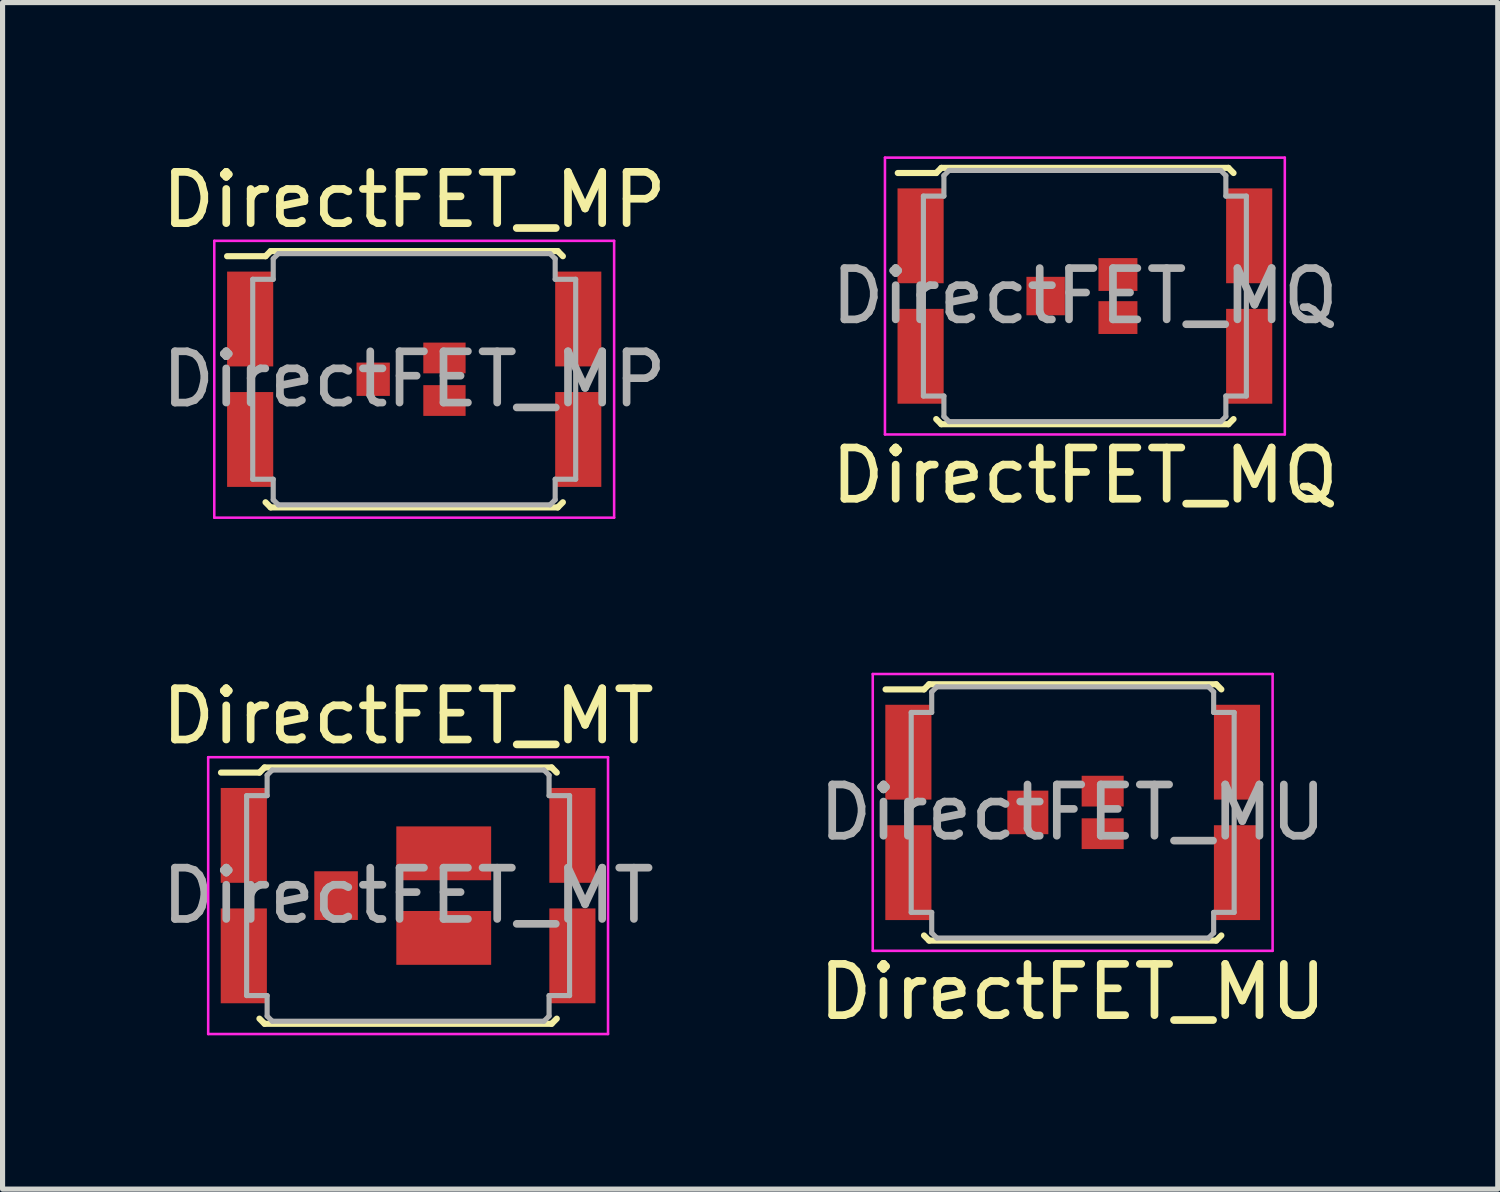
<source format=kicad_pcb>
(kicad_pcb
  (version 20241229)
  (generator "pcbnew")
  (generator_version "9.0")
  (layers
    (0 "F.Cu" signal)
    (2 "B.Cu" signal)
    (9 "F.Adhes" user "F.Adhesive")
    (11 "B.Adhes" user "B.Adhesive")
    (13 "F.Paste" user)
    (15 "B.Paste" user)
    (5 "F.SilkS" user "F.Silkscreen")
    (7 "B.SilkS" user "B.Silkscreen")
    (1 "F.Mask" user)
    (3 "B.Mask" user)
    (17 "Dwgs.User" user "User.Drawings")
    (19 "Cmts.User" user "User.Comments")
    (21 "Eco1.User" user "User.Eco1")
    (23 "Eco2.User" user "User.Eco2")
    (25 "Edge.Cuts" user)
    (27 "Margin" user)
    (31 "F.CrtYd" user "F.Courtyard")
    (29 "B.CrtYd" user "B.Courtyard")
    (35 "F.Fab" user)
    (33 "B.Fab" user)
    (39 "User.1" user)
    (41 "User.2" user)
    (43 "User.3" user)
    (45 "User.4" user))
  (footprint "DirectFET_MP"
    (layer "F.Cu")
    (at 5.03 4.348)
    (property "Reference" "DirectFET_MP" (at 0 -3.5 0) (layer "F.SilkS") (effects (font (size 1 1) (thickness 0.15))))
    (attr smd)
    (fp_line (start -3.65 -2.4) (end -2.9 -2.4) (stroke (width 0.12) (type solid)) (layer "F.SilkS"))
    (fp_line (start -2.9 -2.4) (end -2.8 -2.5) (stroke (width 0.12) (type solid)) (layer "F.SilkS"))
    (fp_line (start -2.8 -2.5) (end 2.8 -2.5) (stroke (width 0.12) (type solid)) (layer "F.SilkS"))
    (fp_line (start -2.8 2.5) (end -2.9 2.4) (stroke (width 0.12) (type solid)) (layer "F.SilkS"))
    (fp_line (start 2.8 -2.5) (end 2.9 -2.4) (stroke (width 0.12) (type solid)) (layer "F.SilkS"))
    (fp_line (start 2.8 2.5) (end -2.8 2.5) (stroke (width 0.12) (type solid)) (layer "F.SilkS"))
    (fp_line (start 2.9 2.4) (end 2.8 2.5) (stroke (width 0.12) (type solid)) (layer "F.SilkS"))
    (fp_line (start -3.9 -2.7) (end -3.9 2.7) (stroke (width 0.05) (type solid)) (layer "F.CrtYd"))
    (fp_line (start -3.9 2.7) (end 3.9 2.7) (stroke (width 0.05) (type solid)) (layer "F.CrtYd"))
    (fp_line (start 3.9 -2.7) (end -3.9 -2.7) (stroke (width 0.05) (type solid)) (layer "F.CrtYd"))
    (fp_line (start 3.9 2.7) (end 3.9 -2.7) (stroke (width 0.05) (type solid)) (layer "F.CrtYd"))
    (fp_line (start -3.15 -1.95) (end -2.75 -1.95) (stroke (width 0.1) (type solid)) (layer "F.Fab"))
    (fp_line (start -3.15 1.95) (end -3.15 -1.95) (stroke (width 0.1) (type solid)) (layer "F.Fab"))
    (fp_line (start -3.15 1.95) (end -2.75 1.95) (stroke (width 0.1) (type solid)) (layer "F.Fab"))
    (fp_line (start -2.75 -2.35) (end -2.65 -2.45) (stroke (width 0.1) (type solid)) (layer "F.Fab"))
    (fp_line (start -2.75 -1.95) (end -2.75 -2.35) (stroke (width 0.1) (type solid)) (layer "F.Fab"))
    (fp_line (start -2.75 1.95) (end -2.75 2.35) (stroke (width 0.1) (type solid)) (layer "F.Fab"))
    (fp_line (start -2.75 2.35) (end -2.65 2.45) (stroke (width 0.1) (type solid)) (layer "F.Fab"))
    (fp_line (start -2.65 2.45) (end 2.65 2.45) (stroke (width 0.1) (type solid)) (layer "F.Fab"))
    (fp_line (start 2.65 -2.45) (end -2.65 -2.45) (stroke (width 0.1) (type solid)) (layer "F.Fab"))
    (fp_line (start 2.65 -2.45) (end 2.75 -2.35) (stroke (width 0.1) (type solid)) (layer "F.Fab"))
    (fp_line (start 2.75 -2.35) (end 2.75 -1.95) (stroke (width 0.1) (type solid)) (layer "F.Fab"))
    (fp_line (start 2.75 -1.95) (end 3.15 -1.95) (stroke (width 0.1) (type solid)) (layer "F.Fab"))
    (fp_line (start 2.75 1.95) (end 2.75 2.35) (stroke (width 0.1) (type solid)) (layer "F.Fab"))
    (fp_line (start 2.75 2.35) (end 2.65 2.45) (stroke (width 0.1) (type solid)) (layer "F.Fab"))
    (fp_line (start 3.15 -1.95) (end 3.15 1.95) (stroke (width 0.1) (type solid)) (layer "F.Fab"))
    (fp_line (start 3.15 1.95) (end 2.75 1.95) (stroke (width 0.1) (type solid)) (layer "F.Fab"))
    (fp_text user "${REFERENCE}" (at 0 0 0) (layer "F.Fab") (effects (font (size 1 1) (thickness 0.15))))
    (pad "1" smd rect (at -3.2 -1.175) (size 0.9 1.85) (layers "F.Cu" "F.Mask" "F.Paste"))
    (pad "1" smd rect (at -3.2 1.175) (size 0.9 1.85) (layers "F.Cu" "F.Mask" "F.Paste"))
    (pad "1" smd rect (at 3.2 -1.175) (size 0.9 1.85) (layers "F.Cu" "F.Mask" "F.Paste"))
    (pad "1" smd rect (at 3.2 1.175) (size 0.9 1.85) (layers "F.Cu" "F.Mask" "F.Paste"))
    (pad "2" smd rect (at -0.8 0) (size 0.65 0.65) (layers "F.Cu" "F.Mask" "F.Paste"))
    (pad "3" smd rect (at 0.59 -0.415) (size 0.825 0.6) (layers "F.Cu" "F.Mask" "F.Paste"))
    (pad "3" smd rect (at 0.59 0.415) (size 0.825 0.6) (layers "F.Cu" "F.Mask" "F.Paste")))
  (footprint "DirectFET_MT"
    (layer "F.Cu")
    (at 4.911 14.421)
    (property "Reference" "DirectFET_MT" (at 0 -3.5 0) (layer "F.SilkS") (effects (font (size 1 1) (thickness 0.15))))
    (attr smd)
    (fp_line (start -3.65 -2.4) (end -2.9 -2.4) (stroke (width 0.12) (type solid)) (layer "F.SilkS"))
    (fp_line (start -2.9 -2.4) (end -2.8 -2.5) (stroke (width 0.12) (type solid)) (layer "F.SilkS"))
    (fp_line (start -2.8 -2.5) (end 2.8 -2.5) (stroke (width 0.12) (type solid)) (layer "F.SilkS"))
    (fp_line (start -2.8 2.5) (end -2.9 2.4) (stroke (width 0.12) (type solid)) (layer "F.SilkS"))
    (fp_line (start 2.8 -2.5) (end 2.9 -2.4) (stroke (width 0.12) (type solid)) (layer "F.SilkS"))
    (fp_line (start 2.8 2.5) (end -2.8 2.5) (stroke (width 0.12) (type solid)) (layer "F.SilkS"))
    (fp_line (start 2.9 2.4) (end 2.8 2.5) (stroke (width 0.12) (type solid)) (layer "F.SilkS"))
    (fp_line (start -3.9 -2.7) (end -3.9 2.7) (stroke (width 0.05) (type solid)) (layer "F.CrtYd"))
    (fp_line (start -3.9 2.7) (end 3.9 2.7) (stroke (width 0.05) (type solid)) (layer "F.CrtYd"))
    (fp_line (start 3.9 -2.7) (end -3.9 -2.7) (stroke (width 0.05) (type solid)) (layer "F.CrtYd"))
    (fp_line (start 3.9 2.7) (end 3.9 -2.7) (stroke (width 0.05) (type solid)) (layer "F.CrtYd"))
    (fp_line (start -3.15 -1.95) (end -2.75 -1.95) (stroke (width 0.1) (type solid)) (layer "F.Fab"))
    (fp_line (start -3.15 1.95) (end -3.15 -1.95) (stroke (width 0.1) (type solid)) (layer "F.Fab"))
    (fp_line (start -3.15 1.95) (end -2.75 1.95) (stroke (width 0.1) (type solid)) (layer "F.Fab"))
    (fp_line (start -2.75 -2.35) (end -2.65 -2.45) (stroke (width 0.1) (type solid)) (layer "F.Fab"))
    (fp_line (start -2.75 -1.95) (end -2.75 -2.35) (stroke (width 0.1) (type solid)) (layer "F.Fab"))
    (fp_line (start -2.75 1.95) (end -2.75 2.35) (stroke (width 0.1) (type solid)) (layer "F.Fab"))
    (fp_line (start -2.75 2.35) (end -2.65 2.45) (stroke (width 0.1) (type solid)) (layer "F.Fab"))
    (fp_line (start -2.65 2.45) (end 2.65 2.45) (stroke (width 0.1) (type solid)) (layer "F.Fab"))
    (fp_line (start 2.65 -2.45) (end -2.65 -2.45) (stroke (width 0.1) (type solid)) (layer "F.Fab"))
    (fp_line (start 2.65 -2.45) (end 2.75 -2.35) (stroke (width 0.1) (type solid)) (layer "F.Fab"))
    (fp_line (start 2.75 -2.35) (end 2.75 -1.95) (stroke (width 0.1) (type solid)) (layer "F.Fab"))
    (fp_line (start 2.75 -1.95) (end 3.15 -1.95) (stroke (width 0.1) (type solid)) (layer "F.Fab"))
    (fp_line (start 2.75 1.95) (end 2.75 2.35) (stroke (width 0.1) (type solid)) (layer "F.Fab"))
    (fp_line (start 2.75 2.35) (end 2.65 2.45) (stroke (width 0.1) (type solid)) (layer "F.Fab"))
    (fp_line (start 3.15 -1.95) (end 3.15 1.95) (stroke (width 0.1) (type solid)) (layer "F.Fab"))
    (fp_line (start 3.15 1.95) (end 2.75 1.95) (stroke (width 0.1) (type solid)) (layer "F.Fab"))
    (fp_text user "${REFERENCE}" (at 0 0 0) (layer "F.Fab") (effects (font (size 1 1) (thickness 0.15))))
    (pad "1" smd rect (at -3.205 -1.175) (size 0.9 1.85) (layers "F.Cu" "F.Mask" "F.Paste"))
    (pad "1" smd rect (at -3.205 1.175) (size 0.9 1.85) (layers "F.Cu" "F.Mask" "F.Paste"))
    (pad "1" smd rect (at 3.205 -1.175) (size 0.9 1.85) (layers "F.Cu" "F.Mask" "F.Paste"))
    (pad "1" smd rect (at 3.205 1.175) (size 0.9 1.85) (layers "F.Cu" "F.Mask" "F.Paste"))
    (pad "2" smd rect (at -1.405 0) (size 0.85 0.95) (layers "F.Cu" "F.Mask" "F.Paste"))
    (pad "3" smd rect (at 0.695 -0.825) (size 1.85 1.05) (layers "F.Cu" "F.Mask" "F.Paste"))
    (pad "3" smd rect (at 0.695 0.825) (size 1.85 1.05) (layers "F.Cu" "F.Mask" "F.Paste")))
  (footprint "DirectFET_MQ"
    (layer "F.Cu")
    (at 18.113 2.725)
    (property "Reference" "DirectFET_MQ" (at 0 3.5 0) (layer "F.SilkS") (effects (font (size 1 1) (thickness 0.15))))
    (attr smd)
    (fp_line (start -3.65 -2.4) (end -2.9 -2.4) (stroke (width 0.12) (type solid)) (layer "F.SilkS"))
    (fp_line (start -2.9 -2.4) (end -2.8 -2.5) (stroke (width 0.12) (type solid)) (layer "F.SilkS"))
    (fp_line (start -2.8 -2.5) (end 2.8 -2.5) (stroke (width 0.12) (type solid)) (layer "F.SilkS"))
    (fp_line (start -2.8 2.5) (end -2.9 2.4) (stroke (width 0.12) (type solid)) (layer "F.SilkS"))
    (fp_line (start 2.8 -2.5) (end 2.9 -2.4) (stroke (width 0.12) (type solid)) (layer "F.SilkS"))
    (fp_line (start 2.8 2.5) (end -2.8 2.5) (stroke (width 0.12) (type solid)) (layer "F.SilkS"))
    (fp_line (start 2.9 2.4) (end 2.8 2.5) (stroke (width 0.12) (type solid)) (layer "F.SilkS"))
    (fp_line (start -3.9 -2.7) (end -3.9 2.7) (stroke (width 0.05) (type solid)) (layer "F.CrtYd"))
    (fp_line (start -3.9 2.7) (end 3.9 2.7) (stroke (width 0.05) (type solid)) (layer "F.CrtYd"))
    (fp_line (start 3.9 -2.7) (end -3.9 -2.7) (stroke (width 0.05) (type solid)) (layer "F.CrtYd"))
    (fp_line (start 3.9 2.7) (end 3.9 -2.7) (stroke (width 0.05) (type solid)) (layer "F.CrtYd"))
    (fp_line (start -3.15 -1.95) (end -2.75 -1.95) (stroke (width 0.1) (type solid)) (layer "F.Fab"))
    (fp_line (start -3.15 1.95) (end -3.15 -1.95) (stroke (width 0.1) (type solid)) (layer "F.Fab"))
    (fp_line (start -3.15 1.95) (end -2.75 1.95) (stroke (width 0.1) (type solid)) (layer "F.Fab"))
    (fp_line (start -2.75 -2.35) (end -2.65 -2.45) (stroke (width 0.1) (type solid)) (layer "F.Fab"))
    (fp_line (start -2.75 -1.95) (end -2.75 -2.35) (stroke (width 0.1) (type solid)) (layer "F.Fab"))
    (fp_line (start -2.75 1.95) (end -2.75 2.35) (stroke (width 0.1) (type solid)) (layer "F.Fab"))
    (fp_line (start -2.75 2.35) (end -2.65 2.45) (stroke (width 0.1) (type solid)) (layer "F.Fab"))
    (fp_line (start -2.65 2.45) (end 2.65 2.45) (stroke (width 0.1) (type solid)) (layer "F.Fab"))
    (fp_line (start 2.65 -2.45) (end -2.65 -2.45) (stroke (width 0.1) (type solid)) (layer "F.Fab"))
    (fp_line (start 2.65 -2.45) (end 2.75 -2.35) (stroke (width 0.1) (type solid)) (layer "F.Fab"))
    (fp_line (start 2.75 -2.35) (end 2.75 -1.95) (stroke (width 0.1) (type solid)) (layer "F.Fab"))
    (fp_line (start 2.75 -1.95) (end 3.15 -1.95) (stroke (width 0.1) (type solid)) (layer "F.Fab"))
    (fp_line (start 2.75 1.95) (end 2.75 2.35) (stroke (width 0.1) (type solid)) (layer "F.Fab"))
    (fp_line (start 2.75 2.35) (end 2.65 2.45) (stroke (width 0.1) (type solid)) (layer "F.Fab"))
    (fp_line (start 3.15 -1.95) (end 3.15 1.95) (stroke (width 0.1) (type solid)) (layer "F.Fab"))
    (fp_line (start 3.15 1.95) (end 2.75 1.95) (stroke (width 0.1) (type solid)) (layer "F.Fab"))
    (fp_text user "${REFERENCE}" (at 0 0 0) (layer "F.Fab") (effects (font (size 1 1) (thickness 0.15))))
    (pad "1" smd rect (at -3.205 -1.175) (size 0.9 1.85) (layers "F.Cu" "F.Mask" "F.Paste"))
    (pad "1" smd rect (at -3.205 1.175) (size 0.9 1.85) (layers "F.Cu" "F.Mask" "F.Paste"))
    (pad "1" smd rect (at 3.205 -1.175) (size 0.9 1.85) (layers "F.Cu" "F.Mask" "F.Paste"))
    (pad "1" smd rect (at 3.205 1.175) (size 0.9 1.85) (layers "F.Cu" "F.Mask" "F.Paste"))
    (pad "2" smd rect (at -0.765 0) (size 0.75 0.75) (layers "F.Cu" "F.Mask" "F.Paste"))
    (pad "3" smd rect (at 0.645 -0.42) (size 0.76 0.64) (layers "F.Cu" "F.Mask" "F.Paste"))
    (pad "3" smd rect (at 0.645 0.42) (size 0.76 0.64) (layers "F.Cu" "F.Mask" "F.Paste")))
  (footprint "DirectFET_MU"
    (layer "F.Cu")
    (at 17.875 12.798)
    (property "Reference" "DirectFET_MU" (at 0 3.5 0) (layer "F.SilkS") (effects (font (size 1 1) (thickness 0.15))))
    (attr smd)
    (fp_line (start -3.65 -2.4) (end -2.9 -2.4) (stroke (width 0.12) (type solid)) (layer "F.SilkS"))
    (fp_line (start -2.9 -2.4) (end -2.8 -2.5) (stroke (width 0.12) (type solid)) (layer "F.SilkS"))
    (fp_line (start -2.8 -2.5) (end 2.8 -2.5) (stroke (width 0.12) (type solid)) (layer "F.SilkS"))
    (fp_line (start -2.8 2.5) (end -2.9 2.4) (stroke (width 0.12) (type solid)) (layer "F.SilkS"))
    (fp_line (start 2.8 -2.5) (end 2.9 -2.4) (stroke (width 0.12) (type solid)) (layer "F.SilkS"))
    (fp_line (start 2.8 2.5) (end -2.8 2.5) (stroke (width 0.12) (type solid)) (layer "F.SilkS"))
    (fp_line (start 2.9 2.4) (end 2.8 2.5) (stroke (width 0.12) (type solid)) (layer "F.SilkS"))
    (fp_line (start -3.9 -2.7) (end -3.9 2.7) (stroke (width 0.05) (type solid)) (layer "F.CrtYd"))
    (fp_line (start -3.9 2.7) (end 3.9 2.7) (stroke (width 0.05) (type solid)) (layer "F.CrtYd"))
    (fp_line (start 3.9 -2.7) (end -3.9 -2.7) (stroke (width 0.05) (type solid)) (layer "F.CrtYd"))
    (fp_line (start 3.9 2.7) (end 3.9 -2.7) (stroke (width 0.05) (type solid)) (layer "F.CrtYd"))
    (fp_line (start -3.15 -1.95) (end -2.75 -1.95) (stroke (width 0.1) (type solid)) (layer "F.Fab"))
    (fp_line (start -3.15 1.95) (end -3.15 -1.95) (stroke (width 0.1) (type solid)) (layer "F.Fab"))
    (fp_line (start -3.15 1.95) (end -2.75 1.95) (stroke (width 0.1) (type solid)) (layer "F.Fab"))
    (fp_line (start -2.75 -2.35) (end -2.65 -2.45) (stroke (width 0.1) (type solid)) (layer "F.Fab"))
    (fp_line (start -2.75 -1.95) (end -2.75 -2.35) (stroke (width 0.1) (type solid)) (layer "F.Fab"))
    (fp_line (start -2.75 1.95) (end -2.75 2.35) (stroke (width 0.1) (type solid)) (layer "F.Fab"))
    (fp_line (start -2.75 2.35) (end -2.65 2.45) (stroke (width 0.1) (type solid)) (layer "F.Fab"))
    (fp_line (start -2.65 2.45) (end 2.65 2.45) (stroke (width 0.1) (type solid)) (layer "F.Fab"))
    (fp_line (start 2.65 -2.45) (end -2.65 -2.45) (stroke (width 0.1) (type solid)) (layer "F.Fab"))
    (fp_line (start 2.65 -2.45) (end 2.75 -2.35) (stroke (width 0.1) (type solid)) (layer "F.Fab"))
    (fp_line (start 2.75 -2.35) (end 2.75 -1.95) (stroke (width 0.1) (type solid)) (layer "F.Fab"))
    (fp_line (start 2.75 -1.95) (end 3.15 -1.95) (stroke (width 0.1) (type solid)) (layer "F.Fab"))
    (fp_line (start 2.75 1.95) (end 2.75 2.35) (stroke (width 0.1) (type solid)) (layer "F.Fab"))
    (fp_line (start 2.75 2.35) (end 2.65 2.45) (stroke (width 0.1) (type solid)) (layer "F.Fab"))
    (fp_line (start 3.15 -1.95) (end 3.15 1.95) (stroke (width 0.1) (type solid)) (layer "F.Fab"))
    (fp_line (start 3.15 1.95) (end 2.75 1.95) (stroke (width 0.1) (type solid)) (layer "F.Fab"))
    (fp_text user "${REFERENCE}" (at 0 0 0) (layer "F.Fab") (effects (font (size 1 1) (thickness 0.15))))
    (pad "1" smd rect (at -3.205 -1.175) (size 0.9 1.85) (layers "F.Cu" "F.Mask" "F.Paste"))
    (pad "1" smd rect (at -3.205 1.175) (size 0.9 1.85) (layers "F.Cu" "F.Mask" "F.Paste"))
    (pad "1" smd rect (at 3.205 -1.175) (size 0.9 1.85) (layers "F.Cu" "F.Mask" "F.Paste"))
    (pad "1" smd rect (at 3.205 1.175) (size 0.9 1.85) (layers "F.Cu" "F.Mask" "F.Paste"))
    (pad "2" smd rect (at -0.875 0) (size 0.8 0.85) (layers "F.Cu" "F.Mask" "F.Paste"))
    (pad "3" smd rect (at 0.585 -0.415) (size 0.82 0.6) (layers "F.Cu" "F.Mask" "F.Paste"))
    (pad "3" smd rect (at 0.585 0.415) (size 0.82 0.6) (layers "F.Cu" "F.Mask" "F.Paste")))
  (gr_rect
    (start -3 -3)
    (end 26.167 20.146)
    (stroke (width 0.1) (type default))
    (fill no)
    (layer "Edge.Cuts")))
</source>
